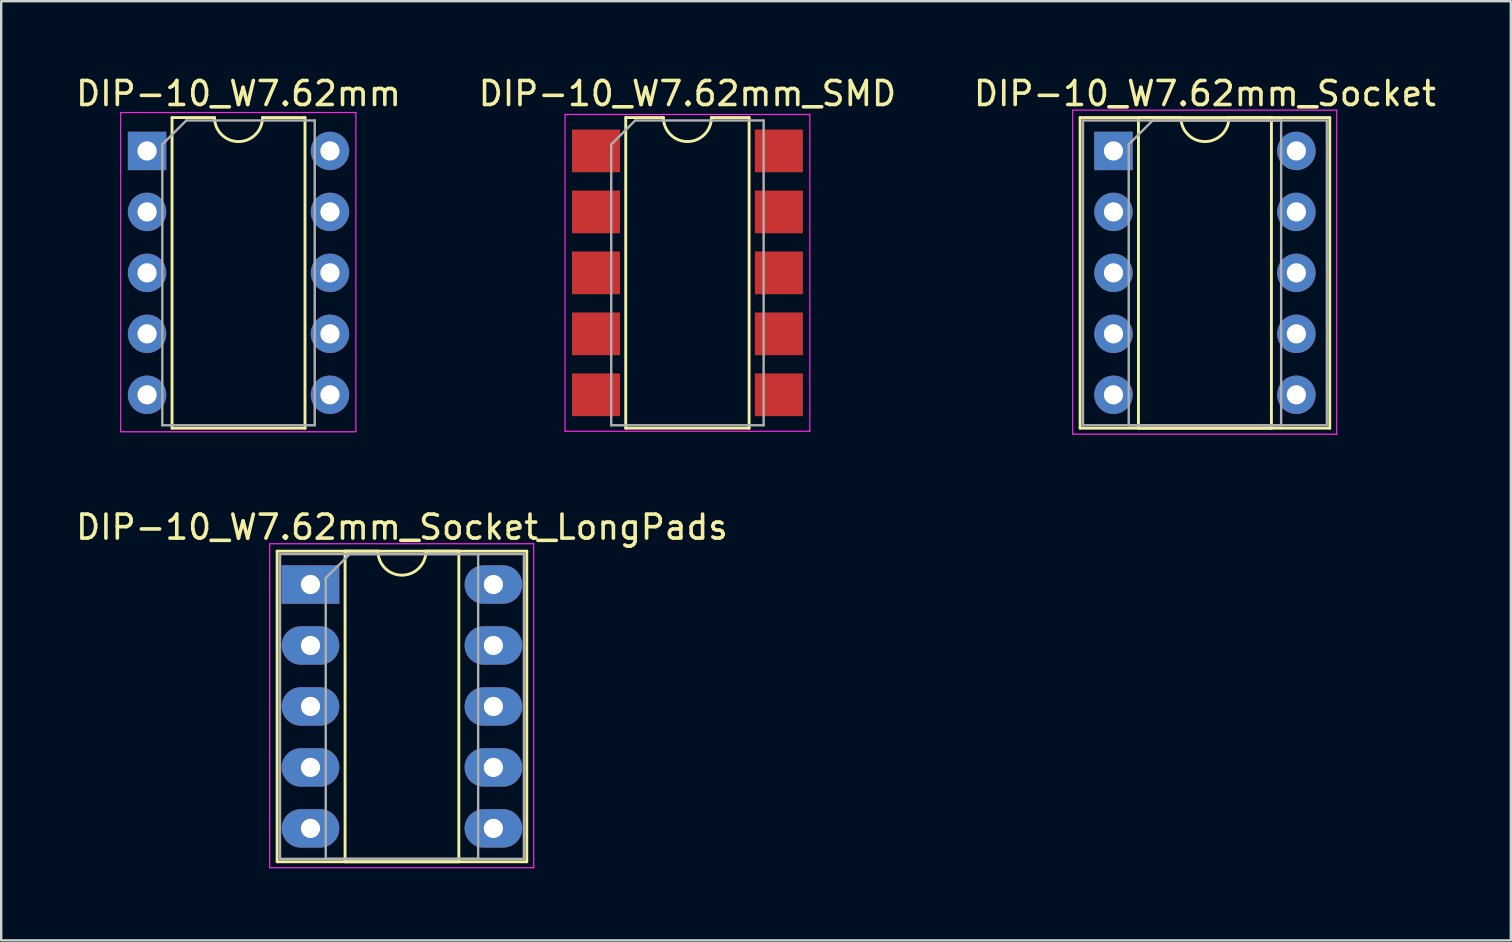
<source format=kicad_pcb>
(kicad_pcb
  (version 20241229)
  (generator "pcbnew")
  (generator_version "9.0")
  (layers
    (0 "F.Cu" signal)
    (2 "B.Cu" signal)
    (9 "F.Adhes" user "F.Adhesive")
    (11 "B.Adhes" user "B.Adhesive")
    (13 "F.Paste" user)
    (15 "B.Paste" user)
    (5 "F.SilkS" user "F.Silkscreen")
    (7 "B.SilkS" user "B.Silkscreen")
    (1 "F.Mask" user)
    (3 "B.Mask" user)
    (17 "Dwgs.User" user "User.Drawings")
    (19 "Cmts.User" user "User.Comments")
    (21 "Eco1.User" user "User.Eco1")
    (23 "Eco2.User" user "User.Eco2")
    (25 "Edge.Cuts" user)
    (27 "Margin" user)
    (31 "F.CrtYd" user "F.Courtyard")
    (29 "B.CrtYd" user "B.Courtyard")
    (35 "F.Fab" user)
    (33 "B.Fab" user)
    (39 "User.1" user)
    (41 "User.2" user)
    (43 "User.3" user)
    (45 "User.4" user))
  (footprint "DIP-10_W7.62mm_Socket_LongPads"
    (layer "F.Cu")
    (at 9.886 21.302)
    (property "Reference" "DIP-10_W7.62mm_Socket_LongPads" (at 3.81 -2.39 0) (layer "F.SilkS") (effects (font (size 1 1) (thickness 0.15))))
    (attr through_hole)
    (fp_line (start -1.39 -1.39) (end -1.39 11.55) (stroke (width 0.12) (type solid)) (layer "F.SilkS"))
    (fp_line (start -1.39 11.55) (end 9.01 11.55) (stroke (width 0.12) (type solid)) (layer "F.SilkS"))
    (fp_line (start 1.44 -1.39) (end 1.44 11.55) (stroke (width 0.12) (type solid)) (layer "F.SilkS"))
    (fp_line (start 1.44 11.55) (end 6.18 11.55) (stroke (width 0.12) (type solid)) (layer "F.SilkS"))
    (fp_line (start 2.81 -1.39) (end 1.44 -1.39) (stroke (width 0.12) (type solid)) (layer "F.SilkS"))
    (fp_line (start 6.18 -1.39) (end 4.81 -1.39) (stroke (width 0.12) (type solid)) (layer "F.SilkS"))
    (fp_line (start 6.18 11.55) (end 6.18 -1.39) (stroke (width 0.12) (type solid)) (layer "F.SilkS"))
    (fp_line (start 9.01 -1.39) (end -1.39 -1.39) (stroke (width 0.12) (type solid)) (layer "F.SilkS"))
    (fp_line (start 9.01 11.55) (end 9.01 -1.39) (stroke (width 0.12) (type solid)) (layer "F.SilkS"))
    (fp_arc (start 4.81 -1.39) (mid 3.81 -0.39) (end 2.81 -1.39) (stroke (width 0.12) (type solid)) (layer "F.SilkS"))
    (fp_line (start -1.7 -1.7) (end -1.7 11.8) (stroke (width 0.05) (type solid)) (layer "F.CrtYd"))
    (fp_line (start -1.7 11.8) (end 9.3 11.8) (stroke (width 0.05) (type solid)) (layer "F.CrtYd"))
    (fp_line (start 9.3 -1.7) (end -1.7 -1.7) (stroke (width 0.05) (type solid)) (layer "F.CrtYd"))
    (fp_line (start 9.3 11.8) (end 9.3 -1.7) (stroke (width 0.05) (type solid)) (layer "F.CrtYd"))
    (fp_line (start -1.27 -1.27) (end -1.27 11.43) (stroke (width 0.1) (type solid)) (layer "F.Fab"))
    (fp_line (start -1.27 11.43) (end 8.89 11.43) (stroke (width 0.1) (type solid)) (layer "F.Fab"))
    (fp_line (start 0.635 -0.27) (end 1.635 -1.27) (stroke (width 0.1) (type solid)) (layer "F.Fab"))
    (fp_line (start 0.635 11.43) (end 0.635 -0.27) (stroke (width 0.1) (type solid)) (layer "F.Fab"))
    (fp_line (start 1.635 -1.27) (end 6.985 -1.27) (stroke (width 0.1) (type solid)) (layer "F.Fab"))
    (fp_line (start 6.985 -1.27) (end 6.985 11.43) (stroke (width 0.1) (type solid)) (layer "F.Fab"))
    (fp_line (start 6.985 11.43) (end 0.635 11.43) (stroke (width 0.1) (type solid)) (layer "F.Fab"))
    (fp_line (start 8.89 -1.27) (end -1.27 -1.27) (stroke (width 0.1) (type solid)) (layer "F.Fab"))
    (fp_line (start 8.89 11.43) (end 8.89 -1.27) (stroke (width 0.1) (type solid)) (layer "F.Fab"))
    (pad "1" thru_hole rect (at 0 0) (size 2.4 1.6) (drill 0.8) (layers "*.Cu" "*.Mask"))
    (pad "2" thru_hole oval (at 0 2.54) (size 2.4 1.6) (drill 0.8) (layers "*.Cu" "*.Mask"))
    (pad "3" thru_hole oval (at 0 5.08) (size 2.4 1.6) (drill 0.8) (layers "*.Cu" "*.Mask"))
    (pad "4" thru_hole oval (at 0 7.62) (size 2.4 1.6) (drill 0.8) (layers "*.Cu" "*.Mask"))
    (pad "5" thru_hole oval (at 0 10.16) (size 2.4 1.6) (drill 0.8) (layers "*.Cu" "*.Mask"))
    (pad "6" thru_hole oval (at 7.62 10.16) (size 2.4 1.6) (drill 0.8) (layers "*.Cu" "*.Mask"))
    (pad "7" thru_hole oval (at 7.62 7.62) (size 2.4 1.6) (drill 0.8) (layers "*.Cu" "*.Mask"))
    (pad "8" thru_hole oval (at 7.62 5.08) (size 2.4 1.6) (drill 0.8) (layers "*.Cu" "*.Mask"))
    (pad "9" thru_hole oval (at 7.62 2.54) (size 2.4 1.6) (drill 0.8) (layers "*.Cu" "*.Mask"))
    (pad "10" thru_hole oval (at 7.62 0) (size 2.4 1.6) (drill 0.8) (layers "*.Cu" "*.Mask")))
  (footprint "DIP-10_W7.62mm_SMD"
    (layer "F.Cu")
    (at 25.589 8.318)
    (property "Reference" "DIP-10_W7.62mm_SMD" (at 0 -7.47 0) (layer "F.SilkS") (effects (font (size 1 1) (thickness 0.15))))
    (attr smd)
    (fp_line (start -2.57 -6.47) (end -2.57 6.47) (stroke (width 0.12) (type solid)) (layer "F.SilkS"))
    (fp_line (start -2.57 6.47) (end 2.57 6.47) (stroke (width 0.12) (type solid)) (layer "F.SilkS"))
    (fp_line (start -1 -6.47) (end -2.57 -6.47) (stroke (width 0.12) (type solid)) (layer "F.SilkS"))
    (fp_line (start 2.57 -6.47) (end 1 -6.47) (stroke (width 0.12) (type solid)) (layer "F.SilkS"))
    (fp_line (start 2.57 6.47) (end 2.57 -6.47) (stroke (width 0.12) (type solid)) (layer "F.SilkS"))
    (fp_arc (start 1 -6.47) (mid 0 -5.47) (end -1 -6.47) (stroke (width 0.12) (type solid)) (layer "F.SilkS"))
    (fp_line (start -5.1 -6.6) (end -5.1 6.6) (stroke (width 0.05) (type solid)) (layer "F.CrtYd"))
    (fp_line (start -5.1 6.6) (end 5.1 6.6) (stroke (width 0.05) (type solid)) (layer "F.CrtYd"))
    (fp_line (start 5.1 -6.6) (end -5.1 -6.6) (stroke (width 0.05) (type solid)) (layer "F.CrtYd"))
    (fp_line (start 5.1 6.6) (end 5.1 -6.6) (stroke (width 0.05) (type solid)) (layer "F.CrtYd"))
    (fp_line (start -3.175 -5.35) (end -2.175 -6.35) (stroke (width 0.1) (type solid)) (layer "F.Fab"))
    (fp_line (start -3.175 6.35) (end -3.175 -5.35) (stroke (width 0.1) (type solid)) (layer "F.Fab"))
    (fp_line (start -2.175 -6.35) (end 3.175 -6.35) (stroke (width 0.1) (type solid)) (layer "F.Fab"))
    (fp_line (start 3.175 -6.35) (end 3.175 6.35) (stroke (width 0.1) (type solid)) (layer "F.Fab"))
    (fp_line (start 3.175 6.35) (end -3.175 6.35) (stroke (width 0.1) (type solid)) (layer "F.Fab"))
    (pad "1" smd rect (at -3.81 -5.08) (size 2 1.78) (layers "F.Cu" "F.Mask"))
    (pad "2" smd rect (at -3.81 -2.54) (size 2 1.78) (layers "F.Cu" "F.Mask"))
    (pad "3" smd rect (at -3.81 0) (size 2 1.78) (layers "F.Cu" "F.Mask"))
    (pad "4" smd rect (at -3.81 2.54) (size 2 1.78) (layers "F.Cu" "F.Mask"))
    (pad "5" smd rect (at -3.81 5.08) (size 2 1.78) (layers "F.Cu" "F.Mask"))
    (pad "6" smd rect (at 3.81 5.08) (size 2 1.78) (layers "F.Cu" "F.Mask"))
    (pad "7" smd rect (at 3.81 2.54) (size 2 1.78) (layers "F.Cu" "F.Mask"))
    (pad "8" smd rect (at 3.81 0) (size 2 1.78) (layers "F.Cu" "F.Mask"))
    (pad "9" smd rect (at 3.81 -2.54) (size 2 1.78) (layers "F.Cu" "F.Mask"))
    (pad "10" smd rect (at 3.81 -5.08) (size 2 1.78) (layers "F.Cu" "F.Mask")))
  (footprint "DIP-10_W7.62mm_Socket"
    (layer "F.Cu")
    (at 43.339 3.238)
    (property "Reference" "DIP-10_W7.62mm_Socket" (at 3.81 -2.39 0) (layer "F.SilkS") (effects (font (size 1 1) (thickness 0.15))))
    (attr through_hole)
    (fp_line (start -1.39 -1.39) (end -1.39 11.55) (stroke (width 0.12) (type solid)) (layer "F.SilkS"))
    (fp_line (start -1.39 11.55) (end 9.01 11.55) (stroke (width 0.12) (type solid)) (layer "F.SilkS"))
    (fp_line (start 1.04 -1.39) (end 1.04 11.55) (stroke (width 0.12) (type solid)) (layer "F.SilkS"))
    (fp_line (start 1.04 11.55) (end 6.58 11.55) (stroke (width 0.12) (type solid)) (layer "F.SilkS"))
    (fp_line (start 2.81 -1.39) (end 1.04 -1.39) (stroke (width 0.12) (type solid)) (layer "F.SilkS"))
    (fp_line (start 6.58 -1.39) (end 4.81 -1.39) (stroke (width 0.12) (type solid)) (layer "F.SilkS"))
    (fp_line (start 6.58 11.55) (end 6.58 -1.39) (stroke (width 0.12) (type solid)) (layer "F.SilkS"))
    (fp_line (start 9.01 -1.39) (end -1.39 -1.39) (stroke (width 0.12) (type solid)) (layer "F.SilkS"))
    (fp_line (start 9.01 11.55) (end 9.01 -1.39) (stroke (width 0.12) (type solid)) (layer "F.SilkS"))
    (fp_arc (start 4.81 -1.39) (mid 3.81 -0.39) (end 2.81 -1.39) (stroke (width 0.12) (type solid)) (layer "F.SilkS"))
    (fp_line (start -1.7 -1.7) (end -1.7 11.8) (stroke (width 0.05) (type solid)) (layer "F.CrtYd"))
    (fp_line (start -1.7 11.8) (end 9.3 11.8) (stroke (width 0.05) (type solid)) (layer "F.CrtYd"))
    (fp_line (start 9.3 -1.7) (end -1.7 -1.7) (stroke (width 0.05) (type solid)) (layer "F.CrtYd"))
    (fp_line (start 9.3 11.8) (end 9.3 -1.7) (stroke (width 0.05) (type solid)) (layer "F.CrtYd"))
    (fp_line (start -1.27 -1.27) (end -1.27 11.43) (stroke (width 0.1) (type solid)) (layer "F.Fab"))
    (fp_line (start -1.27 11.43) (end 8.89 11.43) (stroke (width 0.1) (type solid)) (layer "F.Fab"))
    (fp_line (start 0.635 -0.27) (end 1.635 -1.27) (stroke (width 0.1) (type solid)) (layer "F.Fab"))
    (fp_line (start 0.635 11.43) (end 0.635 -0.27) (stroke (width 0.1) (type solid)) (layer "F.Fab"))
    (fp_line (start 1.635 -1.27) (end 6.985 -1.27) (stroke (width 0.1) (type solid)) (layer "F.Fab"))
    (fp_line (start 6.985 -1.27) (end 6.985 11.43) (stroke (width 0.1) (type solid)) (layer "F.Fab"))
    (fp_line (start 6.985 11.43) (end 0.635 11.43) (stroke (width 0.1) (type solid)) (layer "F.Fab"))
    (fp_line (start 8.89 -1.27) (end -1.27 -1.27) (stroke (width 0.1) (type solid)) (layer "F.Fab"))
    (fp_line (start 8.89 11.43) (end 8.89 -1.27) (stroke (width 0.1) (type solid)) (layer "F.Fab"))
    (pad "1" thru_hole rect (at 0 0) (size 1.6 1.6) (drill 0.8) (layers "*.Cu" "*.Mask"))
    (pad "2" thru_hole oval (at 0 2.54) (size 1.6 1.6) (drill 0.8) (layers "*.Cu" "*.Mask"))
    (pad "3" thru_hole oval (at 0 5.08) (size 1.6 1.6) (drill 0.8) (layers "*.Cu" "*.Mask"))
    (pad "4" thru_hole oval (at 0 7.62) (size 1.6 1.6) (drill 0.8) (layers "*.Cu" "*.Mask"))
    (pad "5" thru_hole oval (at 0 10.16) (size 1.6 1.6) (drill 0.8) (layers "*.Cu" "*.Mask"))
    (pad "6" thru_hole oval (at 7.62 10.16) (size 1.6 1.6) (drill 0.8) (layers "*.Cu" "*.Mask"))
    (pad "7" thru_hole oval (at 7.62 7.62) (size 1.6 1.6) (drill 0.8) (layers "*.Cu" "*.Mask"))
    (pad "8" thru_hole oval (at 7.62 5.08) (size 1.6 1.6) (drill 0.8) (layers "*.Cu" "*.Mask"))
    (pad "9" thru_hole oval (at 7.62 2.54) (size 1.6 1.6) (drill 0.8) (layers "*.Cu" "*.Mask"))
    (pad "10" thru_hole oval (at 7.62 0) (size 1.6 1.6) (drill 0.8) (layers "*.Cu" "*.Mask")))
  (footprint "DIP-10_W7.62mm"
    (layer "F.Cu")
    (at 3.077 3.238)
    (property "Reference" "DIP-10_W7.62mm" (at 3.81 -2.39 0) (layer "F.SilkS") (effects (font (size 1 1) (thickness 0.15))))
    (attr through_hole)
    (fp_line (start 1.04 -1.39) (end 1.04 11.55) (stroke (width 0.12) (type solid)) (layer "F.SilkS"))
    (fp_line (start 1.04 11.55) (end 6.58 11.55) (stroke (width 0.12) (type solid)) (layer "F.SilkS"))
    (fp_line (start 2.81 -1.39) (end 1.04 -1.39) (stroke (width 0.12) (type solid)) (layer "F.SilkS"))
    (fp_line (start 6.58 -1.39) (end 4.81 -1.39) (stroke (width 0.12) (type solid)) (layer "F.SilkS"))
    (fp_line (start 6.58 11.55) (end 6.58 -1.39) (stroke (width 0.12) (type solid)) (layer "F.SilkS"))
    (fp_arc (start 4.81 -1.39) (mid 3.81 -0.39) (end 2.81 -1.39) (stroke (width 0.12) (type solid)) (layer "F.SilkS"))
    (fp_line (start -1.1 -1.6) (end -1.1 11.7) (stroke (width 0.05) (type solid)) (layer "F.CrtYd"))
    (fp_line (start -1.1 11.7) (end 8.7 11.7) (stroke (width 0.05) (type solid)) (layer "F.CrtYd"))
    (fp_line (start 8.7 -1.6) (end -1.1 -1.6) (stroke (width 0.05) (type solid)) (layer "F.CrtYd"))
    (fp_line (start 8.7 11.7) (end 8.7 -1.6) (stroke (width 0.05) (type solid)) (layer "F.CrtYd"))
    (fp_line (start 0.635 -0.27) (end 1.635 -1.27) (stroke (width 0.1) (type solid)) (layer "F.Fab"))
    (fp_line (start 0.635 11.43) (end 0.635 -0.27) (stroke (width 0.1) (type solid)) (layer "F.Fab"))
    (fp_line (start 1.635 -1.27) (end 6.985 -1.27) (stroke (width 0.1) (type solid)) (layer "F.Fab"))
    (fp_line (start 6.985 -1.27) (end 6.985 11.43) (stroke (width 0.1) (type solid)) (layer "F.Fab"))
    (fp_line (start 6.985 11.43) (end 0.635 11.43) (stroke (width 0.1) (type solid)) (layer "F.Fab"))
    (pad "1" thru_hole rect (at 0 0) (size 1.6 1.6) (drill 0.8) (layers "*.Cu" "*.Mask"))
    (pad "2" thru_hole oval (at 0 2.54) (size 1.6 1.6) (drill 0.8) (layers "*.Cu" "*.Mask"))
    (pad "3" thru_hole oval (at 0 5.08) (size 1.6 1.6) (drill 0.8) (layers "*.Cu" "*.Mask"))
    (pad "4" thru_hole oval (at 0 7.62) (size 1.6 1.6) (drill 0.8) (layers "*.Cu" "*.Mask"))
    (pad "5" thru_hole oval (at 0 10.16) (size 1.6 1.6) (drill 0.8) (layers "*.Cu" "*.Mask"))
    (pad "6" thru_hole oval (at 7.62 10.16) (size 1.6 1.6) (drill 0.8) (layers "*.Cu" "*.Mask"))
    (pad "7" thru_hole oval (at 7.62 7.62) (size 1.6 1.6) (drill 0.8) (layers "*.Cu" "*.Mask"))
    (pad "8" thru_hole oval (at 7.62 5.08) (size 1.6 1.6) (drill 0.8) (layers "*.Cu" "*.Mask"))
    (pad "9" thru_hole oval (at 7.62 2.54) (size 1.6 1.6) (drill 0.8) (layers "*.Cu" "*.Mask"))
    (pad "10" thru_hole oval (at 7.62 0) (size 1.6 1.6) (drill 0.8) (layers "*.Cu" "*.Mask")))
  (gr_rect
    (start -3 -3)
    (end 59.893 36.127)
    (stroke (width 0.1) (type default))
    (fill no)
    (layer "Edge.Cuts")))
</source>
